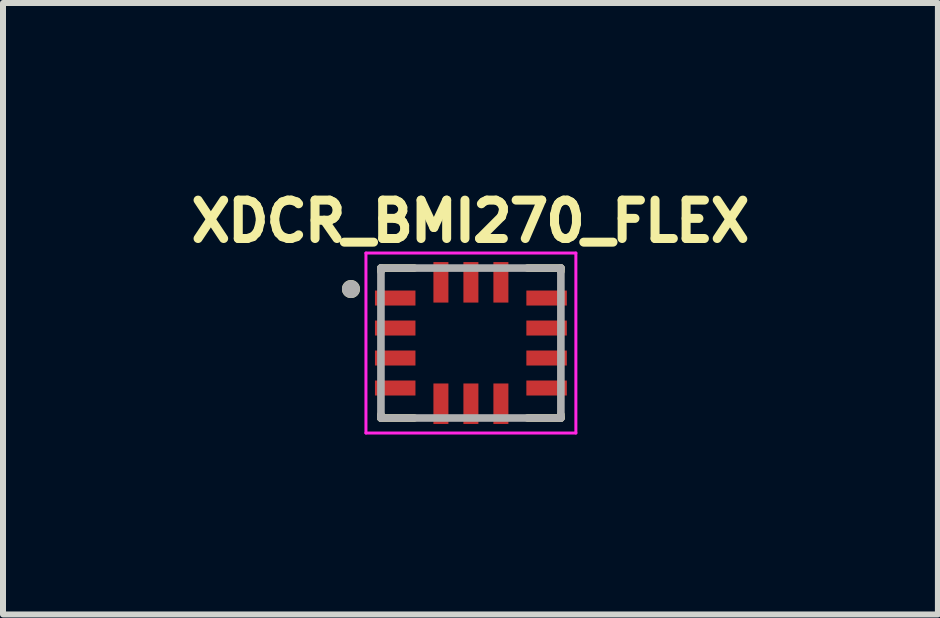
<source format=kicad_pcb>
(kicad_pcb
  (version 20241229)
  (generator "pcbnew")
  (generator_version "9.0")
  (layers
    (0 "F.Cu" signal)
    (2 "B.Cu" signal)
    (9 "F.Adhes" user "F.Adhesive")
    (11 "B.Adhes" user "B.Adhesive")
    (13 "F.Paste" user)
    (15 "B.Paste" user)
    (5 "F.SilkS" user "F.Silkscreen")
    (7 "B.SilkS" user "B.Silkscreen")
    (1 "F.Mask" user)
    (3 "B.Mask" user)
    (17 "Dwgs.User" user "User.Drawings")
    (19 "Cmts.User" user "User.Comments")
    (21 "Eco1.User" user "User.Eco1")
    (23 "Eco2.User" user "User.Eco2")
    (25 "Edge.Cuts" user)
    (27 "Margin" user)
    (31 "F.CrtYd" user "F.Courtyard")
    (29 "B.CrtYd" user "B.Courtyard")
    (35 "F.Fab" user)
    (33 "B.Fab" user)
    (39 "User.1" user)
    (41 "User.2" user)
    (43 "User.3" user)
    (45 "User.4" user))
  (footprint "XDCR_BMI270_FLEX"
    (layer "F.Cu")
    (at 4.801 2.669)
    (property "Reference" "XDCR_BMI270_FLEX" (at -0.008 -2.031 0) (layer "F.SilkS") (effects (font (size 0.64 0.64) (thickness 0.15))))
    (attr smd)
    (fp_rect (start -1.4 -0.875) (end 1.4 0.875) (stroke (width 0) (type default)) (fill yes) (layer "F.Mask"))
    (fp_rect (start -0.625 -1.15) (end 0.625 1.15) (stroke (width 0) (type default)) (fill yes) (layer "F.Mask"))
    (fp_line (start -1.5 -1.25) (end -1.5 -1.195) (stroke (width 0.127) (type solid)) (layer "F.SilkS"))
    (fp_line (start -1.5 -1.25) (end -0.945 -1.25) (stroke (width 0.127) (type solid)) (layer "F.SilkS"))
    (fp_line (start -1.5 1.195) (end -1.5 1.25) (stroke (width 0.127) (type solid)) (layer "F.SilkS"))
    (fp_line (start -1.5 1.25) (end -0.945 1.25) (stroke (width 0.127) (type solid)) (layer "F.SilkS"))
    (fp_line (start 0.945 -1.25) (end 1.5 -1.25) (stroke (width 0.127) (type solid)) (layer "F.SilkS"))
    (fp_line (start 0.945 1.25) (end 1.5 1.25) (stroke (width 0.127) (type solid)) (layer "F.SilkS"))
    (fp_line (start 1.5 -1.25) (end 1.5 -1.195) (stroke (width 0.127) (type solid)) (layer "F.SilkS"))
    (fp_line (start 1.5 1.195) (end 1.5 1.25) (stroke (width 0.127) (type solid)) (layer "F.SilkS"))
    (fp_circle (center -2 -0.9) (end -1.925 -0.9) (stroke (width 0.15) (type solid)) (fill no) (layer "F.SilkS"))
    (fp_rect (start -1.4 -0.875) (end -0.925 -0.625) (stroke (width 0) (type default)) (fill yes) (layer "F.Paste"))
    (fp_rect (start -1.4 -0.375) (end -0.925 -0.125) (stroke (width 0) (type default)) (fill yes) (layer "F.Paste"))
    (fp_rect (start -1.4 0.125) (end -0.925 0.375) (stroke (width 0) (type default)) (fill yes) (layer "F.Paste"))
    (fp_rect (start -1.4 0.625) (end -0.925 0.875) (stroke (width 0) (type default)) (fill yes) (layer "F.Paste"))
    (fp_rect (start -0.625 -1.15) (end -0.375 -0.675) (stroke (width 0) (type default)) (fill yes) (layer "F.Paste"))
    (fp_rect (start -0.625 0.675) (end -0.375 1.15) (stroke (width 0) (type default)) (fill yes) (layer "F.Paste"))
    (fp_rect (start -0.125 -1.15) (end 0.125 -0.675) (stroke (width 0) (type default)) (fill yes) (layer "F.Paste"))
    (fp_rect (start -0.125 0.675) (end 0.125 1.15) (stroke (width 0) (type default)) (fill yes) (layer "F.Paste"))
    (fp_rect (start 0.375 -1.15) (end 0.625 -0.675) (stroke (width 0) (type default)) (fill yes) (layer "F.Paste"))
    (fp_rect (start 0.375 0.675) (end 0.625 1.15) (stroke (width 0) (type default)) (fill yes) (layer "F.Paste"))
    (fp_rect (start 0.925 -0.875) (end 1.4 -0.625) (stroke (width 0) (type default)) (fill yes) (layer "F.Paste"))
    (fp_rect (start 0.925 -0.375) (end 1.4 -0.125) (stroke (width 0) (type default)) (fill yes) (layer "F.Paste"))
    (fp_rect (start 0.925 0.125) (end 1.4 0.375) (stroke (width 0) (type default)) (fill yes) (layer "F.Paste"))
    (fp_rect (start 0.925 0.625) (end 1.4 0.875) (stroke (width 0) (type default)) (fill yes) (layer "F.Paste"))
    (fp_line (start -1.75 -1.5) (end 1.75 -1.5) (stroke (width 0.05) (type solid)) (layer "F.CrtYd"))
    (fp_line (start -1.75 1.5) (end -1.75 -1.5) (stroke (width 0.05) (type solid)) (layer "F.CrtYd"))
    (fp_line (start 1.75 -1.5) (end 1.75 1.5) (stroke (width 0.05) (type solid)) (layer "F.CrtYd"))
    (fp_line (start 1.75 1.5) (end -1.75 1.5) (stroke (width 0.05) (type solid)) (layer "F.CrtYd"))
    (fp_line (start -1.5 -1.25) (end -1.5 1.25) (stroke (width 0.127) (type solid)) (layer "F.Fab"))
    (fp_line (start -1.5 1.25) (end 1.5 1.25) (stroke (width 0.127) (type solid)) (layer "F.Fab"))
    (fp_line (start 1.5 -1.25) (end -1.5 -1.25) (stroke (width 0.127) (type solid)) (layer "F.Fab"))
    (fp_line (start 1.5 1.25) (end 1.5 -1.25) (stroke (width 0.127) (type solid)) (layer "F.Fab"))
    (fp_circle (center -2 -0.9) (end -1.925 -0.9) (stroke (width 0.15) (type solid)) (fill no) (layer "F.Fab"))
    (pad "1" smd rect (at -1.262 -0.75) (size 0.675 0.25) (layers "F.Cu"))
    (pad "2" smd rect (at -1.262 -0.25) (size 0.675 0.25) (layers "F.Cu"))
    (pad "3" smd rect (at -1.262 0.25) (size 0.675 0.25) (layers "F.Cu"))
    (pad "4" smd rect (at -1.262 0.75) (size 0.675 0.25) (layers "F.Cu"))
    (pad "5" smd rect (at -0.5 1.012 90) (size 0.675 0.25) (layers "F.Cu"))
    (pad "6" smd rect (at 0 1.012 90) (size 0.675 0.25) (layers "F.Cu"))
    (pad "7" smd rect (at 0.5 1.012 90) (size 0.675 0.25) (layers "F.Cu"))
    (pad "8" smd rect (at 1.262 0.75) (size 0.675 0.25) (layers "F.Cu"))
    (pad "9" smd rect (at 1.262 0.25) (size 0.675 0.25) (layers "F.Cu"))
    (pad "10" smd rect (at 1.262 -0.25) (size 0.675 0.25) (layers "F.Cu"))
    (pad "11" smd rect (at 1.262 -0.75) (size 0.675 0.25) (layers "F.Cu"))
    (pad "12" smd rect (at 0.5 -1.012 90) (size 0.675 0.25) (layers "F.Cu"))
    (pad "13" smd rect (at 0 -1.012 90) (size 0.675 0.25) (layers "F.Cu"))
    (pad "14" smd rect (at -0.5 -1.012 90) (size 0.675 0.25) (layers "F.Cu")))
  (gr_rect
    (start -3 -3)
    (end 12.587 7.194)
    (stroke (width 0.1) (type default))
    (fill no)
    (layer "Edge.Cuts")))
</source>
